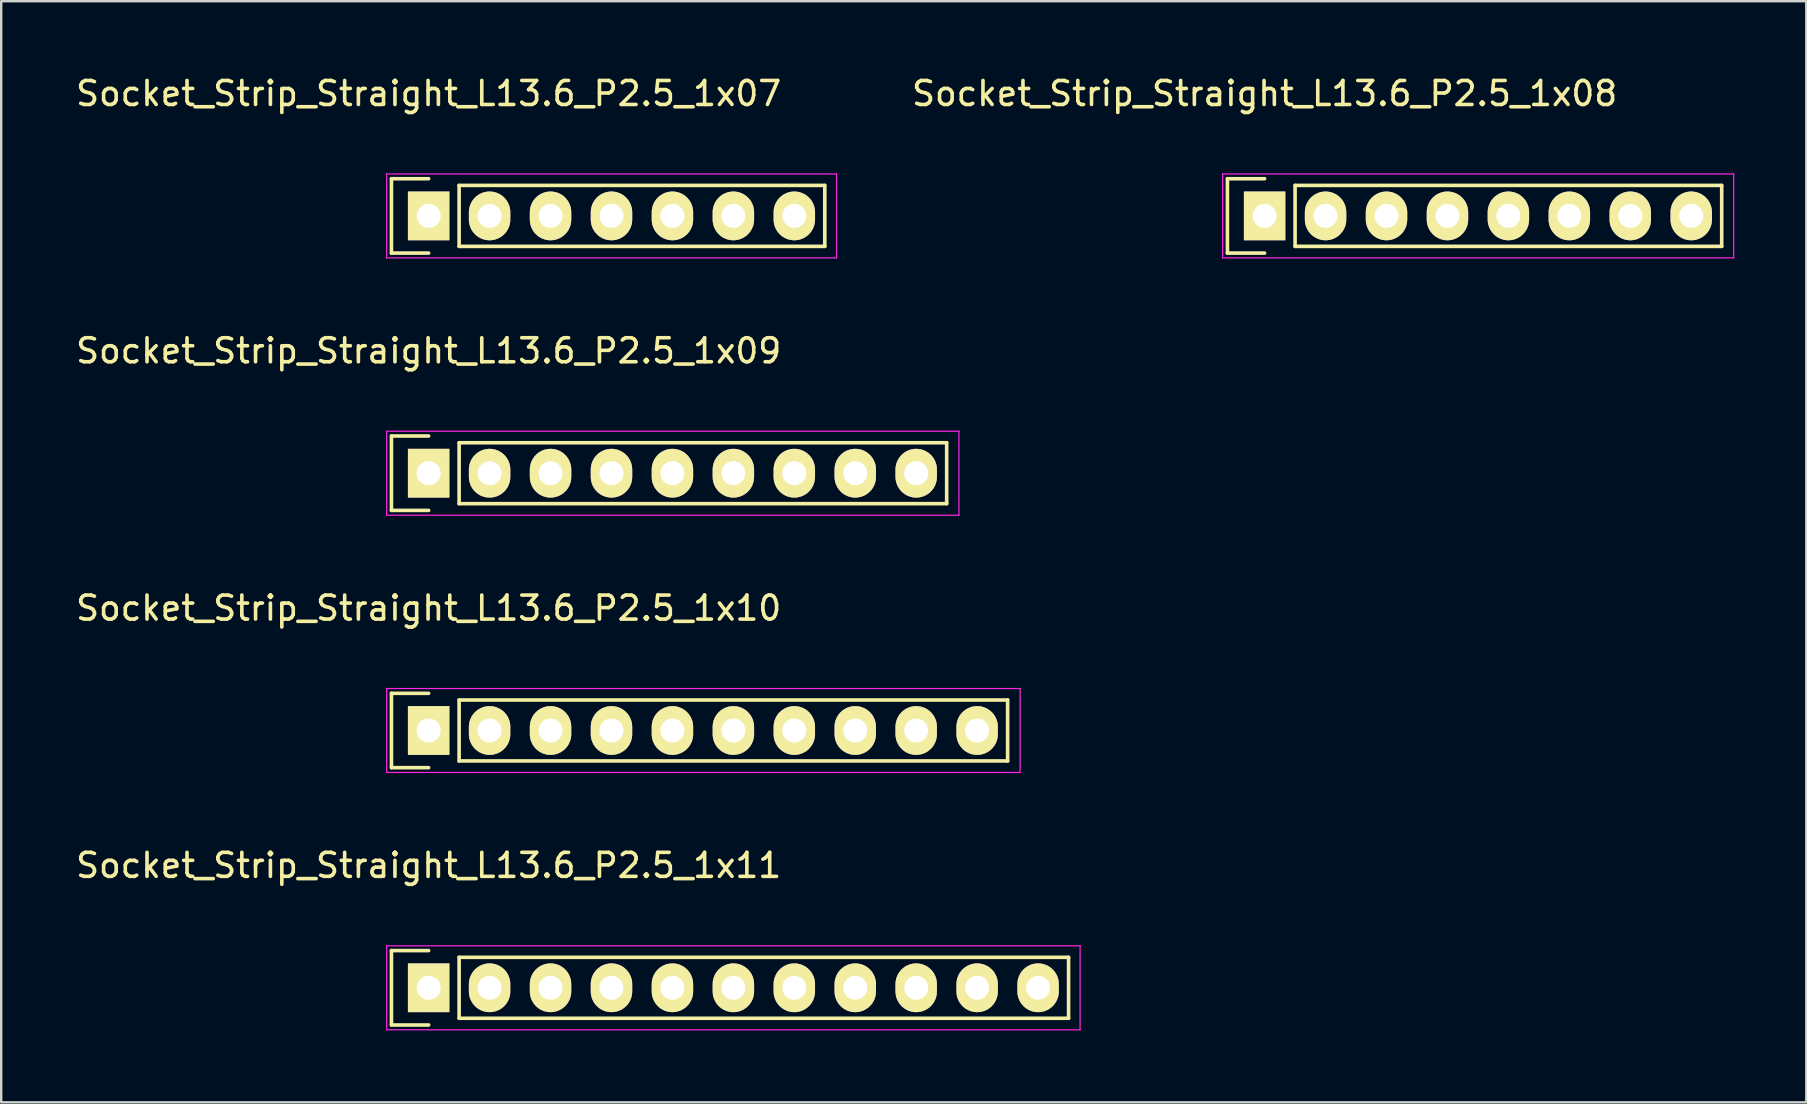
<source format=kicad_pcb>
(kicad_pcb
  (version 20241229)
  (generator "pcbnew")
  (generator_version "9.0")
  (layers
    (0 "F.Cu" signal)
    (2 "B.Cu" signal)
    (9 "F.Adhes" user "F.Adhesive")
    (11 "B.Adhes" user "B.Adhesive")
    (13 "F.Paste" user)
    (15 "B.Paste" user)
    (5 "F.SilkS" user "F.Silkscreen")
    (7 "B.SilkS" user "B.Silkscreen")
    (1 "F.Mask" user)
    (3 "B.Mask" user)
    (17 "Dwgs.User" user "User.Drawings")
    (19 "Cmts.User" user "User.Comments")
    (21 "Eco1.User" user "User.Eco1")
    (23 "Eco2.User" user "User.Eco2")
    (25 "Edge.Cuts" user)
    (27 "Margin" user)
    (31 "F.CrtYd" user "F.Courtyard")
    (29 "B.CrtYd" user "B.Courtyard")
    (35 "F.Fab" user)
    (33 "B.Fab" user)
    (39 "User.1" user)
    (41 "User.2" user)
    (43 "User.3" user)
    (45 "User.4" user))
  (footprint "Socket_Strip_Straight_L13.6_P2.5_1x10"
    (layer "F.Cu")
    (at 14.815 27.395)
    (property "Reference" "Socket_Strip_Straight_L13.6_P2.5_1x10" (at 0 -5.1 0) (layer "F.SilkS") (effects (font (size 1 1) (thickness 0.15))))
    (attr through_hole)
    (fp_line (start -1.55 -1.55) (end -1.55 1.55) (stroke (width 0.15) (type solid)) (layer "F.SilkS"))
    (fp_line (start -1.55 1.55) (end 0 1.55) (stroke (width 0.15) (type solid)) (layer "F.SilkS"))
    (fp_line (start 0 -1.55) (end -1.55 -1.55) (stroke (width 0.15) (type solid)) (layer "F.SilkS"))
    (fp_line (start 1.27 1.27) (end 1.27 -1.27) (stroke (width 0.15) (type solid)) (layer "F.SilkS"))
    (fp_line (start 1.27 1.27) (end 24.13 1.27) (stroke (width 0.15) (type solid)) (layer "F.SilkS"))
    (fp_line (start 24.13 -1.27) (end 1.27 -1.27) (stroke (width 0.15) (type solid)) (layer "F.SilkS"))
    (fp_line (start 24.13 1.27) (end 24.13 -1.27) (stroke (width 0.15) (type solid)) (layer "F.SilkS"))
    (fp_line (start -1.75 -1.75) (end -1.75 1.75) (stroke (width 0.05) (type solid)) (layer "F.CrtYd"))
    (fp_line (start -1.75 -1.75) (end 24.65 -1.75) (stroke (width 0.05) (type solid)) (layer "F.CrtYd"))
    (fp_line (start -1.75 1.75) (end 24.65 1.75) (stroke (width 0.05) (type solid)) (layer "F.CrtYd"))
    (fp_line (start 24.65 -1.75) (end 24.65 1.75) (stroke (width 0.05) (type solid)) (layer "F.CrtYd"))
    (pad "1" thru_hole rect (at 0 0) (size 1.727 2.032) (drill 1) (layers "*.Cu" "*.Mask" "F.SilkS"))
    (pad "2" thru_hole oval (at 2.54 0) (size 1.727 2.032) (drill 1) (layers "*.Cu" "*.Mask" "F.SilkS"))
    (pad "3" thru_hole oval (at 5.08 0) (size 1.727 2.032) (drill 1) (layers "*.Cu" "*.Mask" "F.SilkS"))
    (pad "4" thru_hole oval (at 7.62 0) (size 1.727 2.032) (drill 1) (layers "*.Cu" "*.Mask" "F.SilkS"))
    (pad "5" thru_hole oval (at 10.16 0) (size 1.727 2.032) (drill 1) (layers "*.Cu" "*.Mask" "F.SilkS"))
    (pad "6" thru_hole oval (at 12.7 0) (size 1.727 2.032) (drill 1) (layers "*.Cu" "*.Mask" "F.SilkS"))
    (pad "7" thru_hole oval (at 15.24 0) (size 1.727 2.032) (drill 1) (layers "*.Cu" "*.Mask" "F.SilkS"))
    (pad "8" thru_hole oval (at 17.78 0) (size 1.727 2.032) (drill 1) (layers "*.Cu" "*.Mask" "F.SilkS"))
    (pad "9" thru_hole oval (at 20.32 0) (size 1.727 2.032) (drill 1) (layers "*.Cu" "*.Mask" "F.SilkS"))
    (pad "10" thru_hole oval (at 22.86 0) (size 1.727 2.032) (drill 1) (layers "*.Cu" "*.Mask" "F.SilkS")))
  (footprint "Socket_Strip_Straight_L13.6_P2.5_1x11"
    (layer "F.Cu")
    (at 14.815 38.118)
    (property "Reference" "Socket_Strip_Straight_L13.6_P2.5_1x11" (at 0 -5.1 0) (layer "F.SilkS") (effects (font (size 1 1) (thickness 0.15))))
    (attr through_hole)
    (fp_line (start -1.55 -1.55) (end -1.55 1.55) (stroke (width 0.15) (type solid)) (layer "F.SilkS"))
    (fp_line (start -1.55 1.55) (end 0 1.55) (stroke (width 0.15) (type solid)) (layer "F.SilkS"))
    (fp_line (start 0 -1.55) (end -1.55 -1.55) (stroke (width 0.15) (type solid)) (layer "F.SilkS"))
    (fp_line (start 1.27 1.27) (end 1.27 -1.27) (stroke (width 0.15) (type solid)) (layer "F.SilkS"))
    (fp_line (start 1.27 1.27) (end 26.67 1.27) (stroke (width 0.15) (type solid)) (layer "F.SilkS"))
    (fp_line (start 26.67 -1.27) (end 1.27 -1.27) (stroke (width 0.15) (type solid)) (layer "F.SilkS"))
    (fp_line (start 26.67 1.27) (end 26.67 -1.27) (stroke (width 0.15) (type solid)) (layer "F.SilkS"))
    (fp_line (start -1.75 -1.75) (end -1.75 1.75) (stroke (width 0.05) (type solid)) (layer "F.CrtYd"))
    (fp_line (start -1.75 -1.75) (end 27.15 -1.75) (stroke (width 0.05) (type solid)) (layer "F.CrtYd"))
    (fp_line (start -1.75 1.75) (end 27.15 1.75) (stroke (width 0.05) (type solid)) (layer "F.CrtYd"))
    (fp_line (start 27.15 -1.75) (end 27.15 1.75) (stroke (width 0.05) (type solid)) (layer "F.CrtYd"))
    (pad "1" thru_hole rect (at 0 0) (size 1.727 2.032) (drill 1) (layers "*.Cu" "*.Mask" "F.SilkS"))
    (pad "2" thru_hole oval (at 2.54 0) (size 1.727 2.032) (drill 1) (layers "*.Cu" "*.Mask" "F.SilkS"))
    (pad "3" thru_hole oval (at 5.08 0) (size 1.727 2.032) (drill 1) (layers "*.Cu" "*.Mask" "F.SilkS"))
    (pad "4" thru_hole oval (at 7.62 0) (size 1.727 2.032) (drill 1) (layers "*.Cu" "*.Mask" "F.SilkS"))
    (pad "5" thru_hole oval (at 10.16 0) (size 1.727 2.032) (drill 1) (layers "*.Cu" "*.Mask" "F.SilkS"))
    (pad "6" thru_hole oval (at 12.7 0) (size 1.727 2.032) (drill 1) (layers "*.Cu" "*.Mask" "F.SilkS"))
    (pad "7" thru_hole oval (at 15.24 0) (size 1.727 2.032) (drill 1) (layers "*.Cu" "*.Mask" "F.SilkS"))
    (pad "8" thru_hole oval (at 17.78 0) (size 1.727 2.032) (drill 1) (layers "*.Cu" "*.Mask" "F.SilkS"))
    (pad "9" thru_hole oval (at 20.32 0) (size 1.727 2.032) (drill 1) (layers "*.Cu" "*.Mask" "F.SilkS"))
    (pad "10" thru_hole oval (at 22.86 0) (size 1.727 2.032) (drill 1) (layers "*.Cu" "*.Mask" "F.SilkS"))
    (pad "11" thru_hole oval (at 25.4 0) (size 1.727 2.032) (drill 1) (layers "*.Cu" "*.Mask" "F.SilkS")))
  (footprint "Socket_Strip_Straight_L13.6_P2.5_1x08"
    (layer "F.Cu")
    (at 49.656 5.948)
    (property "Reference" "Socket_Strip_Straight_L13.6_P2.5_1x08" (at 0 -5.1 0) (layer "F.SilkS") (effects (font (size 1 1) (thickness 0.15))))
    (attr through_hole)
    (fp_line (start -1.55 -1.55) (end -1.55 1.55) (stroke (width 0.15) (type solid)) (layer "F.SilkS"))
    (fp_line (start -1.55 1.55) (end 0 1.55) (stroke (width 0.15) (type solid)) (layer "F.SilkS"))
    (fp_line (start 0 -1.55) (end -1.55 -1.55) (stroke (width 0.15) (type solid)) (layer "F.SilkS"))
    (fp_line (start 1.27 1.27) (end 1.27 -1.27) (stroke (width 0.15) (type solid)) (layer "F.SilkS"))
    (fp_line (start 1.27 1.27) (end 19.05 1.27) (stroke (width 0.15) (type solid)) (layer "F.SilkS"))
    (fp_line (start 19.05 -1.27) (end 1.27 -1.27) (stroke (width 0.15) (type solid)) (layer "F.SilkS"))
    (fp_line (start 19.05 1.27) (end 19.05 -1.27) (stroke (width 0.15) (type solid)) (layer "F.SilkS"))
    (fp_line (start -1.75 -1.75) (end -1.75 1.75) (stroke (width 0.05) (type solid)) (layer "F.CrtYd"))
    (fp_line (start -1.75 -1.75) (end 19.55 -1.75) (stroke (width 0.05) (type solid)) (layer "F.CrtYd"))
    (fp_line (start -1.75 1.75) (end 19.55 1.75) (stroke (width 0.05) (type solid)) (layer "F.CrtYd"))
    (fp_line (start 19.55 -1.75) (end 19.55 1.75) (stroke (width 0.05) (type solid)) (layer "F.CrtYd"))
    (pad "1" thru_hole rect (at 0 0) (size 1.727 2.032) (drill 1) (layers "*.Cu" "*.Mask" "F.SilkS"))
    (pad "2" thru_hole oval (at 2.54 0) (size 1.727 2.032) (drill 1) (layers "*.Cu" "*.Mask" "F.SilkS"))
    (pad "3" thru_hole oval (at 5.08 0) (size 1.727 2.032) (drill 1) (layers "*.Cu" "*.Mask" "F.SilkS"))
    (pad "4" thru_hole oval (at 7.62 0) (size 1.727 2.032) (drill 1) (layers "*.Cu" "*.Mask" "F.SilkS"))
    (pad "5" thru_hole oval (at 10.16 0) (size 1.727 2.032) (drill 1) (layers "*.Cu" "*.Mask" "F.SilkS"))
    (pad "6" thru_hole oval (at 12.7 0) (size 1.727 2.032) (drill 1) (layers "*.Cu" "*.Mask" "F.SilkS"))
    (pad "7" thru_hole oval (at 15.24 0) (size 1.727 2.032) (drill 1) (layers "*.Cu" "*.Mask" "F.SilkS"))
    (pad "8" thru_hole oval (at 17.78 0) (size 1.727 2.032) (drill 1) (layers "*.Cu" "*.Mask" "F.SilkS")))
  (footprint "Socket_Strip_Straight_L13.6_P2.5_1x09"
    (layer "F.Cu")
    (at 14.815 16.672)
    (property "Reference" "Socket_Strip_Straight_L13.6_P2.5_1x09" (at 0 -5.1 0) (layer "F.SilkS") (effects (font (size 1 1) (thickness 0.15))))
    (attr through_hole)
    (fp_line (start -1.55 -1.55) (end -1.55 1.55) (stroke (width 0.15) (type solid)) (layer "F.SilkS"))
    (fp_line (start -1.55 1.55) (end 0 1.55) (stroke (width 0.15) (type solid)) (layer "F.SilkS"))
    (fp_line (start 0 -1.55) (end -1.55 -1.55) (stroke (width 0.15) (type solid)) (layer "F.SilkS"))
    (fp_line (start 1.27 1.27) (end 1.27 -1.27) (stroke (width 0.15) (type solid)) (layer "F.SilkS"))
    (fp_line (start 1.27 1.27) (end 21.59 1.27) (stroke (width 0.15) (type solid)) (layer "F.SilkS"))
    (fp_line (start 21.59 -1.27) (end 1.27 -1.27) (stroke (width 0.15) (type solid)) (layer "F.SilkS"))
    (fp_line (start 21.59 1.27) (end 21.59 -1.27) (stroke (width 0.15) (type solid)) (layer "F.SilkS"))
    (fp_line (start -1.75 -1.75) (end -1.75 1.75) (stroke (width 0.05) (type solid)) (layer "F.CrtYd"))
    (fp_line (start -1.75 -1.75) (end 22.1 -1.75) (stroke (width 0.05) (type solid)) (layer "F.CrtYd"))
    (fp_line (start -1.75 1.75) (end 22.1 1.75) (stroke (width 0.05) (type solid)) (layer "F.CrtYd"))
    (fp_line (start 22.1 -1.75) (end 22.1 1.75) (stroke (width 0.05) (type solid)) (layer "F.CrtYd"))
    (pad "1" thru_hole rect (at 0 0) (size 1.727 2.032) (drill 1) (layers "*.Cu" "*.Mask" "F.SilkS"))
    (pad "2" thru_hole oval (at 2.54 0) (size 1.727 2.032) (drill 1) (layers "*.Cu" "*.Mask" "F.SilkS"))
    (pad "3" thru_hole oval (at 5.08 0) (size 1.727 2.032) (drill 1) (layers "*.Cu" "*.Mask" "F.SilkS"))
    (pad "4" thru_hole oval (at 7.62 0) (size 1.727 2.032) (drill 1) (layers "*.Cu" "*.Mask" "F.SilkS"))
    (pad "5" thru_hole oval (at 10.16 0) (size 1.727 2.032) (drill 1) (layers "*.Cu" "*.Mask" "F.SilkS"))
    (pad "6" thru_hole oval (at 12.7 0) (size 1.727 2.032) (drill 1) (layers "*.Cu" "*.Mask" "F.SilkS"))
    (pad "7" thru_hole oval (at 15.24 0) (size 1.727 2.032) (drill 1) (layers "*.Cu" "*.Mask" "F.SilkS"))
    (pad "8" thru_hole oval (at 17.78 0) (size 1.727 2.032) (drill 1) (layers "*.Cu" "*.Mask" "F.SilkS"))
    (pad "9" thru_hole oval (at 20.32 0) (size 1.727 2.032) (drill 1) (layers "*.Cu" "*.Mask" "F.SilkS")))
  (footprint "Socket_Strip_Straight_L13.6_P2.5_1x07"
    (layer "F.Cu")
    (at 14.815 5.948)
    (property "Reference" "Socket_Strip_Straight_L13.6_P2.5_1x07" (at 0 -5.1 0) (layer "F.SilkS") (effects (font (size 1 1) (thickness 0.15))))
    (attr through_hole)
    (fp_line (start -1.55 -1.55) (end -1.55 1.55) (stroke (width 0.15) (type solid)) (layer "F.SilkS"))
    (fp_line (start -1.55 1.55) (end 0 1.55) (stroke (width 0.15) (type solid)) (layer "F.SilkS"))
    (fp_line (start 0 -1.55) (end -1.55 -1.55) (stroke (width 0.15) (type solid)) (layer "F.SilkS"))
    (fp_line (start 1.27 1.27) (end 1.27 -1.27) (stroke (width 0.15) (type solid)) (layer "F.SilkS"))
    (fp_line (start 1.27 1.27) (end 16.51 1.27) (stroke (width 0.15) (type solid)) (layer "F.SilkS"))
    (fp_line (start 16.51 -1.27) (end 1.27 -1.27) (stroke (width 0.15) (type solid)) (layer "F.SilkS"))
    (fp_line (start 16.51 1.27) (end 16.51 -1.27) (stroke (width 0.15) (type solid)) (layer "F.SilkS"))
    (fp_line (start -1.75 -1.75) (end -1.75 1.75) (stroke (width 0.05) (type solid)) (layer "F.CrtYd"))
    (fp_line (start -1.75 -1.75) (end 17 -1.75) (stroke (width 0.05) (type solid)) (layer "F.CrtYd"))
    (fp_line (start -1.75 1.75) (end 17 1.75) (stroke (width 0.05) (type solid)) (layer "F.CrtYd"))
    (fp_line (start 17 -1.75) (end 17 1.75) (stroke (width 0.05) (type solid)) (layer "F.CrtYd"))
    (pad "1" thru_hole rect (at 0 0) (size 1.727 2.032) (drill 1) (layers "*.Cu" "*.Mask" "F.SilkS"))
    (pad "2" thru_hole oval (at 2.54 0) (size 1.727 2.032) (drill 1) (layers "*.Cu" "*.Mask" "F.SilkS"))
    (pad "3" thru_hole oval (at 5.08 0) (size 1.727 2.032) (drill 1) (layers "*.Cu" "*.Mask" "F.SilkS"))
    (pad "4" thru_hole oval (at 7.62 0) (size 1.727 2.032) (drill 1) (layers "*.Cu" "*.Mask" "F.SilkS"))
    (pad "5" thru_hole oval (at 10.16 0) (size 1.727 2.032) (drill 1) (layers "*.Cu" "*.Mask" "F.SilkS"))
    (pad "6" thru_hole oval (at 12.7 0) (size 1.727 2.032) (drill 1) (layers "*.Cu" "*.Mask" "F.SilkS"))
    (pad "7" thru_hole oval (at 15.24 0) (size 1.727 2.032) (drill 1) (layers "*.Cu" "*.Mask" "F.SilkS")))
  (gr_rect
    (start -3 -3)
    (end 72.231 42.893)
    (stroke (width 0.1) (type default))
    (fill no)
    (layer "Edge.Cuts")))
</source>
